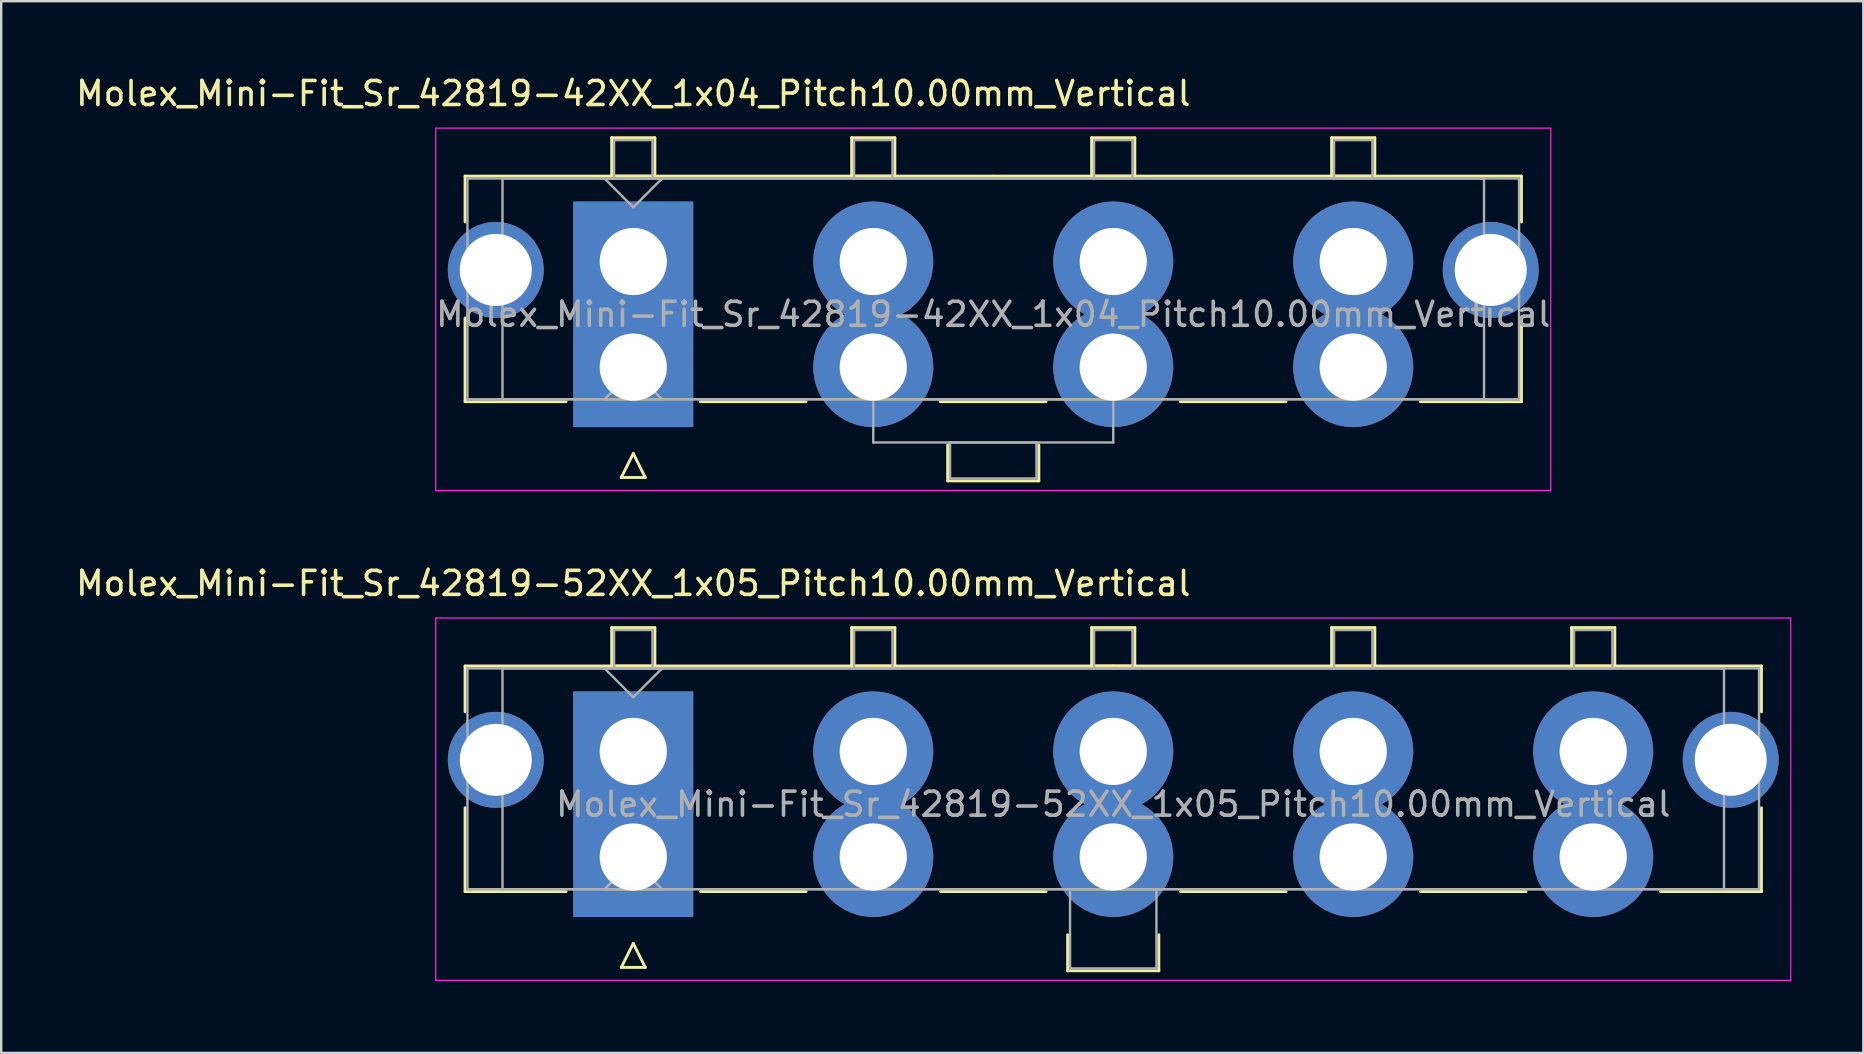
<source format=kicad_pcb>
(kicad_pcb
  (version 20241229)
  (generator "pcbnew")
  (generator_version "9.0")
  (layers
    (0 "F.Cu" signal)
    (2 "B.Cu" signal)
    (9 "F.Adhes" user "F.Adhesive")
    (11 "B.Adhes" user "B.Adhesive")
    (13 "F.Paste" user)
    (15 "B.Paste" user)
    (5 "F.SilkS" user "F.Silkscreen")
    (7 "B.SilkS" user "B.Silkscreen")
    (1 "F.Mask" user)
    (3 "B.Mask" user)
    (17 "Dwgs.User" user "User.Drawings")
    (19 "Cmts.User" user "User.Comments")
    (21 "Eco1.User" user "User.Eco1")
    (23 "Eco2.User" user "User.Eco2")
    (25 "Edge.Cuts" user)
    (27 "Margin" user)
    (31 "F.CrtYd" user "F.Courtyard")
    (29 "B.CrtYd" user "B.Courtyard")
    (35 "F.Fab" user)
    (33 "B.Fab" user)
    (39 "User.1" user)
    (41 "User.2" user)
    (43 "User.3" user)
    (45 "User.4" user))
  (footprint "Molex_Mini-Fit_Sr_42819-42XX_1x04_Pitch10.00mm_Vertical"
    (layer "F.Cu")
    (at 23.339 7.848)
    (property "Reference" "Molex_Mini-Fit_Sr_42819-42XX_1x04_Pitch10.00mm_Vertical" (at 0 -7 0) (layer "F.SilkS") (effects (font (size 1 1) (thickness 0.15))))
    (attr through_hole)
    (fp_line (start -7.01 -3.56) (end -7.01 -1.65) (stroke (width 0.12) (type solid)) (layer "F.SilkS"))
    (fp_line (start -7.01 2.35) (end -7.01 5.84) (stroke (width 0.12) (type solid)) (layer "F.SilkS"))
    (fp_line (start -7.01 5.84) (end -2.8 5.84) (stroke (width 0.12) (type solid)) (layer "F.SilkS"))
    (fp_line (start -0.9 -5.16) (end 0.9 -5.16) (stroke (width 0.12) (type solid)) (layer "F.SilkS"))
    (fp_line (start -0.9 -3.56) (end -0.9 -5.16) (stroke (width 0.12) (type solid)) (layer "F.SilkS"))
    (fp_line (start -0.5 9) (end 0 8) (stroke (width 0.12) (type solid)) (layer "F.SilkS"))
    (fp_line (start 0 8) (end 0.5 9) (stroke (width 0.12) (type solid)) (layer "F.SilkS"))
    (fp_line (start 0.5 9) (end -0.5 9) (stroke (width 0.12) (type solid)) (layer "F.SilkS"))
    (fp_line (start 0.9 -5.16) (end 0.9 -3.56) (stroke (width 0.12) (type solid)) (layer "F.SilkS"))
    (fp_line (start 0.9 -3.56) (end -0.9 -3.56) (stroke (width 0.12) (type solid)) (layer "F.SilkS"))
    (fp_line (start 2.8 5.84) (end 7.2 5.84) (stroke (width 0.12) (type solid)) (layer "F.SilkS"))
    (fp_line (start 9.1 -5.16) (end 10.9 -5.16) (stroke (width 0.12) (type solid)) (layer "F.SilkS"))
    (fp_line (start 9.1 -3.56) (end 9.1 -5.16) (stroke (width 0.12) (type solid)) (layer "F.SilkS"))
    (fp_line (start 10.9 -5.16) (end 10.9 -3.56) (stroke (width 0.12) (type solid)) (layer "F.SilkS"))
    (fp_line (start 10.9 -3.56) (end 9.1 -3.56) (stroke (width 0.12) (type solid)) (layer "F.SilkS"))
    (fp_line (start 12.8 5.84) (end 17.2 5.84) (stroke (width 0.12) (type solid)) (layer "F.SilkS"))
    (fp_line (start 13.1 7.64) (end 13.1 9.14) (stroke (width 0.12) (type solid)) (layer "F.SilkS"))
    (fp_line (start 13.1 9.14) (end 16.9 9.14) (stroke (width 0.12) (type solid)) (layer "F.SilkS"))
    (fp_line (start 15 -3.56) (end -7.01 -3.56) (stroke (width 0.12) (type solid)) (layer "F.SilkS"))
    (fp_line (start 15 -3.56) (end 37.01 -3.56) (stroke (width 0.12) (type solid)) (layer "F.SilkS"))
    (fp_line (start 16.9 9.14) (end 16.9 7.64) (stroke (width 0.12) (type solid)) (layer "F.SilkS"))
    (fp_line (start 19.1 -5.16) (end 20.9 -5.16) (stroke (width 0.12) (type solid)) (layer "F.SilkS"))
    (fp_line (start 19.1 -3.56) (end 19.1 -5.16) (stroke (width 0.12) (type solid)) (layer "F.SilkS"))
    (fp_line (start 20.9 -5.16) (end 20.9 -3.56) (stroke (width 0.12) (type solid)) (layer "F.SilkS"))
    (fp_line (start 20.9 -3.56) (end 19.1 -3.56) (stroke (width 0.12) (type solid)) (layer "F.SilkS"))
    (fp_line (start 22.8 5.84) (end 27.2 5.84) (stroke (width 0.12) (type solid)) (layer "F.SilkS"))
    (fp_line (start 29.1 -5.16) (end 30.9 -5.16) (stroke (width 0.12) (type solid)) (layer "F.SilkS"))
    (fp_line (start 29.1 -3.56) (end 29.1 -5.16) (stroke (width 0.12) (type solid)) (layer "F.SilkS"))
    (fp_line (start 30.9 -5.16) (end 30.9 -3.56) (stroke (width 0.12) (type solid)) (layer "F.SilkS"))
    (fp_line (start 30.9 -3.56) (end 29.1 -3.56) (stroke (width 0.12) (type solid)) (layer "F.SilkS"))
    (fp_line (start 37.01 -3.56) (end 37.01 -1.65) (stroke (width 0.12) (type solid)) (layer "F.SilkS"))
    (fp_line (start 37.01 2.35) (end 37.01 5.84) (stroke (width 0.12) (type solid)) (layer "F.SilkS"))
    (fp_line (start 37.01 5.84) (end 32.8 5.84) (stroke (width 0.12) (type solid)) (layer "F.SilkS"))
    (fp_line (start -8.23 -5.56) (end -8.23 9.54) (stroke (width 0.05) (type solid)) (layer "F.CrtYd"))
    (fp_line (start -8.23 9.54) (end 38.23 9.54) (stroke (width 0.05) (type solid)) (layer "F.CrtYd"))
    (fp_line (start 38.23 -5.56) (end -8.23 -5.56) (stroke (width 0.05) (type solid)) (layer "F.CrtYd"))
    (fp_line (start 38.23 9.54) (end 38.23 -5.56) (stroke (width 0.05) (type solid)) (layer "F.CrtYd"))
    (fp_line (start -6.91 -3.46) (end -6.91 5.74) (stroke (width 0.1) (type solid)) (layer "F.Fab"))
    (fp_line (start -6.91 5.74) (end 36.91 5.74) (stroke (width 0.1) (type solid)) (layer "F.Fab"))
    (fp_line (start -5.45 -3.46) (end -5.45 5.74) (stroke (width 0.1) (type solid)) (layer "F.Fab"))
    (fp_line (start -5.45 5.74) (end 35.45 5.74) (stroke (width 0.1) (type solid)) (layer "F.Fab"))
    (fp_line (start -1.2 -3.46) (end 0 -2.26) (stroke (width 0.1) (type solid)) (layer "F.Fab"))
    (fp_line (start -1.2 5.74) (end 0 4.54) (stroke (width 0.1) (type solid)) (layer "F.Fab"))
    (fp_line (start -0.8 -5.06) (end 0.8 -5.06) (stroke (width 0.1) (type solid)) (layer "F.Fab"))
    (fp_line (start -0.8 -3.46) (end -0.8 -5.06) (stroke (width 0.1) (type solid)) (layer "F.Fab"))
    (fp_line (start 0 -2.26) (end 1.2 -3.46) (stroke (width 0.1) (type solid)) (layer "F.Fab"))
    (fp_line (start 0 4.54) (end 1.2 5.74) (stroke (width 0.1) (type solid)) (layer "F.Fab"))
    (fp_line (start 0.8 -5.06) (end 0.8 -3.46) (stroke (width 0.1) (type solid)) (layer "F.Fab"))
    (fp_line (start 0.8 -3.46) (end -0.8 -3.46) (stroke (width 0.1) (type solid)) (layer "F.Fab"))
    (fp_line (start 1.2 -3.46) (end -1.2 -3.46) (stroke (width 0.1) (type solid)) (layer "F.Fab"))
    (fp_line (start 1.2 5.74) (end -1.2 5.74) (stroke (width 0.1) (type solid)) (layer "F.Fab"))
    (fp_line (start 9.2 -5.06) (end 10.8 -5.06) (stroke (width 0.1) (type solid)) (layer "F.Fab"))
    (fp_line (start 9.2 -3.46) (end 9.2 -5.06) (stroke (width 0.1) (type solid)) (layer "F.Fab"))
    (fp_line (start 10 5.74) (end 10 7.54) (stroke (width 0.1) (type solid)) (layer "F.Fab"))
    (fp_line (start 10 7.54) (end 20 7.54) (stroke (width 0.1) (type solid)) (layer "F.Fab"))
    (fp_line (start 10.8 -5.06) (end 10.8 -3.46) (stroke (width 0.1) (type solid)) (layer "F.Fab"))
    (fp_line (start 10.8 -3.46) (end 9.2 -3.46) (stroke (width 0.1) (type solid)) (layer "F.Fab"))
    (fp_line (start 13.2 7.54) (end 13.2 9.04) (stroke (width 0.1) (type solid)) (layer "F.Fab"))
    (fp_line (start 13.2 9.04) (end 16.8 9.04) (stroke (width 0.1) (type solid)) (layer "F.Fab"))
    (fp_line (start 16.8 7.54) (end 13.2 7.54) (stroke (width 0.1) (type solid)) (layer "F.Fab"))
    (fp_line (start 16.8 9.04) (end 16.8 7.54) (stroke (width 0.1) (type solid)) (layer "F.Fab"))
    (fp_line (start 19.2 -5.06) (end 20.8 -5.06) (stroke (width 0.1) (type solid)) (layer "F.Fab"))
    (fp_line (start 19.2 -3.46) (end 19.2 -5.06) (stroke (width 0.1) (type solid)) (layer "F.Fab"))
    (fp_line (start 20 5.74) (end 10 5.74) (stroke (width 0.1) (type solid)) (layer "F.Fab"))
    (fp_line (start 20 7.54) (end 20 5.74) (stroke (width 0.1) (type solid)) (layer "F.Fab"))
    (fp_line (start 20.8 -5.06) (end 20.8 -3.46) (stroke (width 0.1) (type solid)) (layer "F.Fab"))
    (fp_line (start 20.8 -3.46) (end 19.2 -3.46) (stroke (width 0.1) (type solid)) (layer "F.Fab"))
    (fp_line (start 29.2 -5.06) (end 30.8 -5.06) (stroke (width 0.1) (type solid)) (layer "F.Fab"))
    (fp_line (start 29.2 -3.46) (end 29.2 -5.06) (stroke (width 0.1) (type solid)) (layer "F.Fab"))
    (fp_line (start 30.8 -5.06) (end 30.8 -3.46) (stroke (width 0.1) (type solid)) (layer "F.Fab"))
    (fp_line (start 30.8 -3.46) (end 29.2 -3.46) (stroke (width 0.1) (type solid)) (layer "F.Fab"))
    (fp_line (start 35.45 -3.46) (end -5.45 -3.46) (stroke (width 0.1) (type solid)) (layer "F.Fab"))
    (fp_line (start 35.45 5.74) (end 35.45 -3.46) (stroke (width 0.1) (type solid)) (layer "F.Fab"))
    (fp_line (start 36.91 -3.46) (end -6.91 -3.46) (stroke (width 0.1) (type solid)) (layer "F.Fab"))
    (fp_line (start 36.91 5.74) (end 36.91 -3.46) (stroke (width 0.1) (type solid)) (layer "F.Fab"))
    (fp_text user "${REFERENCE}" (at 15 2.2 0) (layer "F.Fab") (effects (font (size 1 1) (thickness 0.15))))
    (pad "" thru_hole circle (at -5.73 0.35) (size 4 4) (drill 3) (layers "*.Cu" "*.Mask"))
    (pad "" thru_hole circle (at 35.73 0.35) (size 4 4) (drill 3) (layers "*.Cu" "*.Mask"))
    (pad "1" thru_hole rect (at 0 0) (size 5 5) (drill 2.8) (layers "*.Cu" "*.Mask"))
    (pad "1" thru_hole rect (at 0 4.4) (size 5 5) (drill 2.8) (layers "*.Cu" "*.Mask"))
    (pad "2" thru_hole circle (at 10 0) (size 5 5) (drill 2.8) (layers "*.Cu" "*.Mask"))
    (pad "2" thru_hole circle (at 10 4.4) (size 5 5) (drill 2.8) (layers "*.Cu" "*.Mask"))
    (pad "3" thru_hole circle (at 20 0) (size 5 5) (drill 2.8) (layers "*.Cu" "*.Mask"))
    (pad "3" thru_hole circle (at 20 4.4) (size 5 5) (drill 2.8) (layers "*.Cu" "*.Mask"))
    (pad "4" thru_hole circle (at 30 0) (size 5 5) (drill 2.8) (layers "*.Cu" "*.Mask"))
    (pad "4" thru_hole circle (at 30 4.4) (size 5 5) (drill 2.8) (layers "*.Cu" "*.Mask")))
  (footprint "Molex_Mini-Fit_Sr_42819-52XX_1x05_Pitch10.00mm_Vertical"
    (layer "F.Cu")
    (at 23.339 28.262)
    (property "Reference" "Molex_Mini-Fit_Sr_42819-52XX_1x05_Pitch10.00mm_Vertical" (at 0 -7 0) (layer "F.SilkS") (effects (font (size 1 1) (thickness 0.15))))
    (attr through_hole)
    (fp_line (start -7.01 -3.56) (end -7.01 -1.65) (stroke (width 0.12) (type solid)) (layer "F.SilkS"))
    (fp_line (start -7.01 2.35) (end -7.01 5.84) (stroke (width 0.12) (type solid)) (layer "F.SilkS"))
    (fp_line (start -7.01 5.84) (end -2.8 5.84) (stroke (width 0.12) (type solid)) (layer "F.SilkS"))
    (fp_line (start -0.9 -5.16) (end 0.9 -5.16) (stroke (width 0.12) (type solid)) (layer "F.SilkS"))
    (fp_line (start -0.9 -3.56) (end -0.9 -5.16) (stroke (width 0.12) (type solid)) (layer "F.SilkS"))
    (fp_line (start -0.5 9) (end 0 8) (stroke (width 0.12) (type solid)) (layer "F.SilkS"))
    (fp_line (start 0 8) (end 0.5 9) (stroke (width 0.12) (type solid)) (layer "F.SilkS"))
    (fp_line (start 0.5 9) (end -0.5 9) (stroke (width 0.12) (type solid)) (layer "F.SilkS"))
    (fp_line (start 0.9 -5.16) (end 0.9 -3.56) (stroke (width 0.12) (type solid)) (layer "F.SilkS"))
    (fp_line (start 0.9 -3.56) (end -0.9 -3.56) (stroke (width 0.12) (type solid)) (layer "F.SilkS"))
    (fp_line (start 2.8 5.84) (end 7.2 5.84) (stroke (width 0.12) (type solid)) (layer "F.SilkS"))
    (fp_line (start 9.1 -5.16) (end 10.9 -5.16) (stroke (width 0.12) (type solid)) (layer "F.SilkS"))
    (fp_line (start 9.1 -3.56) (end 9.1 -5.16) (stroke (width 0.12) (type solid)) (layer "F.SilkS"))
    (fp_line (start 10.9 -5.16) (end 10.9 -3.56) (stroke (width 0.12) (type solid)) (layer "F.SilkS"))
    (fp_line (start 10.9 -3.56) (end 9.1 -3.56) (stroke (width 0.12) (type solid)) (layer "F.SilkS"))
    (fp_line (start 12.8 5.84) (end 17.2 5.84) (stroke (width 0.12) (type solid)) (layer "F.SilkS"))
    (fp_line (start 18.1 7.64) (end 18.1 9.14) (stroke (width 0.12) (type solid)) (layer "F.SilkS"))
    (fp_line (start 18.1 9.14) (end 21.9 9.14) (stroke (width 0.12) (type solid)) (layer "F.SilkS"))
    (fp_line (start 19.1 -5.16) (end 20.9 -5.16) (stroke (width 0.12) (type solid)) (layer "F.SilkS"))
    (fp_line (start 19.1 -3.56) (end 19.1 -5.16) (stroke (width 0.12) (type solid)) (layer "F.SilkS"))
    (fp_line (start 20 -3.56) (end -7.01 -3.56) (stroke (width 0.12) (type solid)) (layer "F.SilkS"))
    (fp_line (start 20 -3.56) (end 47.01 -3.56) (stroke (width 0.12) (type solid)) (layer "F.SilkS"))
    (fp_line (start 20.9 -5.16) (end 20.9 -3.56) (stroke (width 0.12) (type solid)) (layer "F.SilkS"))
    (fp_line (start 20.9 -3.56) (end 19.1 -3.56) (stroke (width 0.12) (type solid)) (layer "F.SilkS"))
    (fp_line (start 21.9 9.14) (end 21.9 7.64) (stroke (width 0.12) (type solid)) (layer "F.SilkS"))
    (fp_line (start 22.8 5.84) (end 27.2 5.84) (stroke (width 0.12) (type solid)) (layer "F.SilkS"))
    (fp_line (start 29.1 -5.16) (end 30.9 -5.16) (stroke (width 0.12) (type solid)) (layer "F.SilkS"))
    (fp_line (start 29.1 -3.56) (end 29.1 -5.16) (stroke (width 0.12) (type solid)) (layer "F.SilkS"))
    (fp_line (start 30.9 -5.16) (end 30.9 -3.56) (stroke (width 0.12) (type solid)) (layer "F.SilkS"))
    (fp_line (start 30.9 -3.56) (end 29.1 -3.56) (stroke (width 0.12) (type solid)) (layer "F.SilkS"))
    (fp_line (start 32.8 5.84) (end 37.2 5.84) (stroke (width 0.12) (type solid)) (layer "F.SilkS"))
    (fp_line (start 39.1 -5.16) (end 40.9 -5.16) (stroke (width 0.12) (type solid)) (layer "F.SilkS"))
    (fp_line (start 39.1 -3.56) (end 39.1 -5.16) (stroke (width 0.12) (type solid)) (layer "F.SilkS"))
    (fp_line (start 40.9 -5.16) (end 40.9 -3.56) (stroke (width 0.12) (type solid)) (layer "F.SilkS"))
    (fp_line (start 40.9 -3.56) (end 39.1 -3.56) (stroke (width 0.12) (type solid)) (layer "F.SilkS"))
    (fp_line (start 47.01 -3.56) (end 47.01 -1.65) (stroke (width 0.12) (type solid)) (layer "F.SilkS"))
    (fp_line (start 47.01 2.35) (end 47.01 5.84) (stroke (width 0.12) (type solid)) (layer "F.SilkS"))
    (fp_line (start 47.01 5.84) (end 42.8 5.84) (stroke (width 0.12) (type solid)) (layer "F.SilkS"))
    (fp_line (start -8.23 -5.56) (end -8.23 9.54) (stroke (width 0.05) (type solid)) (layer "F.CrtYd"))
    (fp_line (start -8.23 9.54) (end 48.23 9.54) (stroke (width 0.05) (type solid)) (layer "F.CrtYd"))
    (fp_line (start 48.23 -5.56) (end -8.23 -5.56) (stroke (width 0.05) (type solid)) (layer "F.CrtYd"))
    (fp_line (start 48.23 9.54) (end 48.23 -5.56) (stroke (width 0.05) (type solid)) (layer "F.CrtYd"))
    (fp_line (start -6.91 -3.46) (end -6.91 5.74) (stroke (width 0.1) (type solid)) (layer "F.Fab"))
    (fp_line (start -6.91 5.74) (end 46.91 5.74) (stroke (width 0.1) (type solid)) (layer "F.Fab"))
    (fp_line (start -5.45 -3.46) (end -5.45 5.74) (stroke (width 0.1) (type solid)) (layer "F.Fab"))
    (fp_line (start -5.45 5.74) (end 45.45 5.74) (stroke (width 0.1) (type solid)) (layer "F.Fab"))
    (fp_line (start -1.2 -3.46) (end 0 -2.26) (stroke (width 0.1) (type solid)) (layer "F.Fab"))
    (fp_line (start -1.2 5.74) (end 0 4.54) (stroke (width 0.1) (type solid)) (layer "F.Fab"))
    (fp_line (start -0.8 -5.06) (end 0.8 -5.06) (stroke (width 0.1) (type solid)) (layer "F.Fab"))
    (fp_line (start -0.8 -3.46) (end -0.8 -5.06) (stroke (width 0.1) (type solid)) (layer "F.Fab"))
    (fp_line (start 0 -2.26) (end 1.2 -3.46) (stroke (width 0.1) (type solid)) (layer "F.Fab"))
    (fp_line (start 0 4.54) (end 1.2 5.74) (stroke (width 0.1) (type solid)) (layer "F.Fab"))
    (fp_line (start 0.8 -5.06) (end 0.8 -3.46) (stroke (width 0.1) (type solid)) (layer "F.Fab"))
    (fp_line (start 0.8 -3.46) (end -0.8 -3.46) (stroke (width 0.1) (type solid)) (layer "F.Fab"))
    (fp_line (start 1.2 -3.46) (end -1.2 -3.46) (stroke (width 0.1) (type solid)) (layer "F.Fab"))
    (fp_line (start 1.2 5.74) (end -1.2 5.74) (stroke (width 0.1) (type solid)) (layer "F.Fab"))
    (fp_line (start 9.2 -5.06) (end 10.8 -5.06) (stroke (width 0.1) (type solid)) (layer "F.Fab"))
    (fp_line (start 9.2 -3.46) (end 9.2 -5.06) (stroke (width 0.1) (type solid)) (layer "F.Fab"))
    (fp_line (start 10.8 -5.06) (end 10.8 -3.46) (stroke (width 0.1) (type solid)) (layer "F.Fab"))
    (fp_line (start 10.8 -3.46) (end 9.2 -3.46) (stroke (width 0.1) (type solid)) (layer "F.Fab"))
    (fp_line (start 18.2 5.74) (end 18.2 9.04) (stroke (width 0.1) (type solid)) (layer "F.Fab"))
    (fp_line (start 18.2 9.04) (end 21.8 9.04) (stroke (width 0.1) (type solid)) (layer "F.Fab"))
    (fp_line (start 19.2 -5.06) (end 20.8 -5.06) (stroke (width 0.1) (type solid)) (layer "F.Fab"))
    (fp_line (start 19.2 -3.46) (end 19.2 -5.06) (stroke (width 0.1) (type solid)) (layer "F.Fab"))
    (fp_line (start 20.8 -5.06) (end 20.8 -3.46) (stroke (width 0.1) (type solid)) (layer "F.Fab"))
    (fp_line (start 20.8 -3.46) (end 19.2 -3.46) (stroke (width 0.1) (type solid)) (layer "F.Fab"))
    (fp_line (start 21.8 5.74) (end 18.2 5.74) (stroke (width 0.1) (type solid)) (layer "F.Fab"))
    (fp_line (start 21.8 9.04) (end 21.8 5.74) (stroke (width 0.1) (type solid)) (layer "F.Fab"))
    (fp_line (start 29.2 -5.06) (end 30.8 -5.06) (stroke (width 0.1) (type solid)) (layer "F.Fab"))
    (fp_line (start 29.2 -3.46) (end 29.2 -5.06) (stroke (width 0.1) (type solid)) (layer "F.Fab"))
    (fp_line (start 30.8 -5.06) (end 30.8 -3.46) (stroke (width 0.1) (type solid)) (layer "F.Fab"))
    (fp_line (start 30.8 -3.46) (end 29.2 -3.46) (stroke (width 0.1) (type solid)) (layer "F.Fab"))
    (fp_line (start 39.2 -5.06) (end 40.8 -5.06) (stroke (width 0.1) (type solid)) (layer "F.Fab"))
    (fp_line (start 39.2 -3.46) (end 39.2 -5.06) (stroke (width 0.1) (type solid)) (layer "F.Fab"))
    (fp_line (start 40.8 -5.06) (end 40.8 -3.46) (stroke (width 0.1) (type solid)) (layer "F.Fab"))
    (fp_line (start 40.8 -3.46) (end 39.2 -3.46) (stroke (width 0.1) (type solid)) (layer "F.Fab"))
    (fp_line (start 45.45 -3.46) (end -5.45 -3.46) (stroke (width 0.1) (type solid)) (layer "F.Fab"))
    (fp_line (start 45.45 5.74) (end 45.45 -3.46) (stroke (width 0.1) (type solid)) (layer "F.Fab"))
    (fp_line (start 46.91 -3.46) (end -6.91 -3.46) (stroke (width 0.1) (type solid)) (layer "F.Fab"))
    (fp_line (start 46.91 5.74) (end 46.91 -3.46) (stroke (width 0.1) (type solid)) (layer "F.Fab"))
    (fp_text user "${REFERENCE}" (at 20 2.2 0) (layer "F.Fab") (effects (font (size 1 1) (thickness 0.15))))
    (pad "" thru_hole circle (at -5.73 0.35) (size 4 4) (drill 3) (layers "*.Cu" "*.Mask"))
    (pad "" thru_hole circle (at 45.73 0.35) (size 4 4) (drill 3) (layers "*.Cu" "*.Mask"))
    (pad "1" thru_hole rect (at 0 0) (size 5 5) (drill 2.8) (layers "*.Cu" "*.Mask"))
    (pad "1" thru_hole rect (at 0 4.4) (size 5 5) (drill 2.8) (layers "*.Cu" "*.Mask"))
    (pad "2" thru_hole circle (at 10 0) (size 5 5) (drill 2.8) (layers "*.Cu" "*.Mask"))
    (pad "2" thru_hole circle (at 10 4.4) (size 5 5) (drill 2.8) (layers "*.Cu" "*.Mask"))
    (pad "3" thru_hole circle (at 20 0) (size 5 5) (drill 2.8) (layers "*.Cu" "*.Mask"))
    (pad "3" thru_hole circle (at 20 4.4) (size 5 5) (drill 2.8) (layers "*.Cu" "*.Mask"))
    (pad "4" thru_hole circle (at 30 0) (size 5 5) (drill 2.8) (layers "*.Cu" "*.Mask"))
    (pad "4" thru_hole circle (at 30 4.4) (size 5 5) (drill 2.8) (layers "*.Cu" "*.Mask"))
    (pad "5" thru_hole circle (at 40 0) (size 5 5) (drill 2.8) (layers "*.Cu" "*.Mask"))
    (pad "5" thru_hole circle (at 40 4.4) (size 5 5) (drill 2.8) (layers "*.Cu" "*.Mask")))
  (gr_rect
    (start -3 -3)
    (end 74.594 40.827)
    (stroke (width 0.1) (type default))
    (fill no)
    (layer "Edge.Cuts")))
</source>
